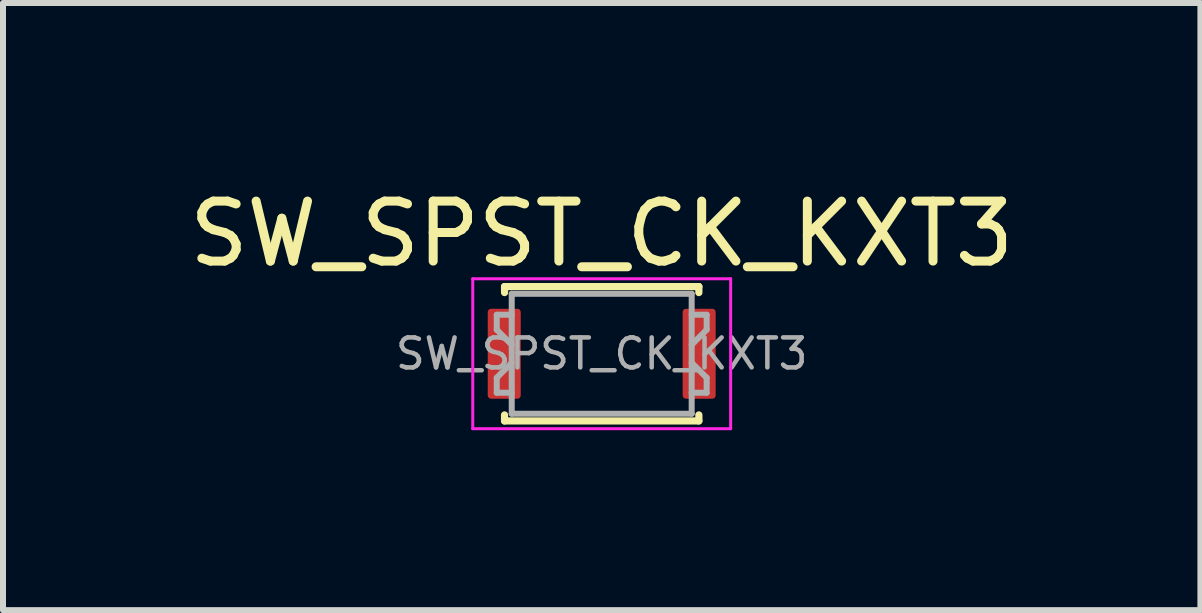
<source format=kicad_pcb>
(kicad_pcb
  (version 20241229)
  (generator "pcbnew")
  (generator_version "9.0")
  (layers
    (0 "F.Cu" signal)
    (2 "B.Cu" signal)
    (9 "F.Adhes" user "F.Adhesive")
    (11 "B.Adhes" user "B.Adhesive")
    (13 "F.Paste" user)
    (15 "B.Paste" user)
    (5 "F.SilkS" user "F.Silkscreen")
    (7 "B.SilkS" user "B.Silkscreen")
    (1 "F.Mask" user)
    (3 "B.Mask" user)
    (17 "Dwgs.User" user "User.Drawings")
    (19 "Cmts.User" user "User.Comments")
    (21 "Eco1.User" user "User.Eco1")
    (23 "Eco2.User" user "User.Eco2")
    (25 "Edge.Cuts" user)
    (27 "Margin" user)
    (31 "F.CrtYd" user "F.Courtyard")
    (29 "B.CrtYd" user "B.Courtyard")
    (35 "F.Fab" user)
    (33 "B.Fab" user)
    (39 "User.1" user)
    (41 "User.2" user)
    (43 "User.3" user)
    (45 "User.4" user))
  (footprint "SW_SPST_CK_KXT3"
    (layer "F.Cu")
    (at 6.982 2.848)
    (property "Reference" "SW_SPST_CK_KXT3" (at 0 -2 0) (layer "F.SilkS") (effects (font (size 1 1) (thickness 0.15))))
    (attr smd)
    (fp_line (start -1.62 -1.12) (end -1.62 -1.02) (stroke (width 0.12) (type solid)) (layer "F.SilkS"))
    (fp_line (start -1.62 -1.12) (end 1.62 -1.12) (stroke (width 0.12) (type solid)) (layer "F.SilkS"))
    (fp_line (start -1.62 1.02) (end -1.62 1.12) (stroke (width 0.12) (type solid)) (layer "F.SilkS"))
    (fp_line (start -1.62 1.12) (end 1.62 1.12) (stroke (width 0.12) (type solid)) (layer "F.SilkS"))
    (fp_line (start 1.62 -1.12) (end 1.62 -1.02) (stroke (width 0.12) (type solid)) (layer "F.SilkS"))
    (fp_line (start 1.62 1.02) (end 1.62 1.12) (stroke (width 0.12) (type solid)) (layer "F.SilkS"))
    (fp_line (start -2.15 -1.25) (end -2.15 1.25) (stroke (width 0.05) (type solid)) (layer "F.CrtYd"))
    (fp_line (start -2.15 -1.25) (end 2.15 -1.25) (stroke (width 0.05) (type solid)) (layer "F.CrtYd"))
    (fp_line (start -2.15 1.25) (end 2.15 1.25) (stroke (width 0.05) (type solid)) (layer "F.CrtYd"))
    (fp_line (start 2.15 -1.25) (end 2.15 1.25) (stroke (width 0.05) (type solid)) (layer "F.CrtYd"))
    (fp_line (start -1.75 -0.65) (end -1.75 -0.4) (stroke (width 0.1) (type solid)) (layer "F.Fab"))
    (fp_line (start -1.75 -0.4) (end -1.5 -0.15) (stroke (width 0.1) (type solid)) (layer "F.Fab"))
    (fp_line (start -1.75 0.4) (end -1.75 0.65) (stroke (width 0.1) (type solid)) (layer "F.Fab"))
    (fp_line (start -1.75 0.65) (end -1.5 0.65) (stroke (width 0.1) (type solid)) (layer "F.Fab"))
    (fp_line (start -1.5 -1) (end 1.5 -1) (stroke (width 0.1) (type solid)) (layer "F.Fab"))
    (fp_line (start -1.5 -0.65) (end -1.75 -0.65) (stroke (width 0.1) (type solid)) (layer "F.Fab"))
    (fp_line (start -1.5 0.15) (end -1.75 0.4) (stroke (width 0.1) (type solid)) (layer "F.Fab"))
    (fp_line (start -1.5 1) (end -1.5 -1) (stroke (width 0.1) (type solid)) (layer "F.Fab"))
    (fp_line (start 1.5 -1) (end 1.5 1) (stroke (width 0.1) (type solid)) (layer "F.Fab"))
    (fp_line (start 1.5 -0.65) (end 1.75 -0.65) (stroke (width 0.1) (type solid)) (layer "F.Fab"))
    (fp_line (start 1.5 0.15) (end 1.75 0.4) (stroke (width 0.1) (type solid)) (layer "F.Fab"))
    (fp_line (start 1.5 1) (end -1.5 1) (stroke (width 0.1) (type solid)) (layer "F.Fab"))
    (fp_line (start 1.75 -0.65) (end 1.75 -0.4) (stroke (width 0.1) (type solid)) (layer "F.Fab"))
    (fp_line (start 1.75 -0.4) (end 1.5 -0.15) (stroke (width 0.1) (type solid)) (layer "F.Fab"))
    (fp_line (start 1.75 0.4) (end 1.75 0.65) (stroke (width 0.1) (type solid)) (layer "F.Fab"))
    (fp_line (start 1.75 0.65) (end 1.5 0.65) (stroke (width 0.1) (type solid)) (layer "F.Fab"))
    (fp_text user "${REFERENCE}" (at 0 0 0) (layer "F.Fab") (effects (font (size 0.5 0.5) (thickness 0.075))))
    (pad "1" smd roundrect (at -1.625 0) (size 0.55 1.5) (layers "F.Cu" "F.Mask" "F.Paste") (roundrect_rratio 0.1))
    (pad "2" smd roundrect (at 1.625 0) (size 0.55 1.5) (layers "F.Cu" "F.Mask" "F.Paste") (roundrect_rratio 0.1)))
  (gr_rect
    (start -3 -3)
    (end 16.964 7.123)
    (stroke (width 0.1) (type default))
    (fill no)
    (layer "Edge.Cuts")))
</source>
